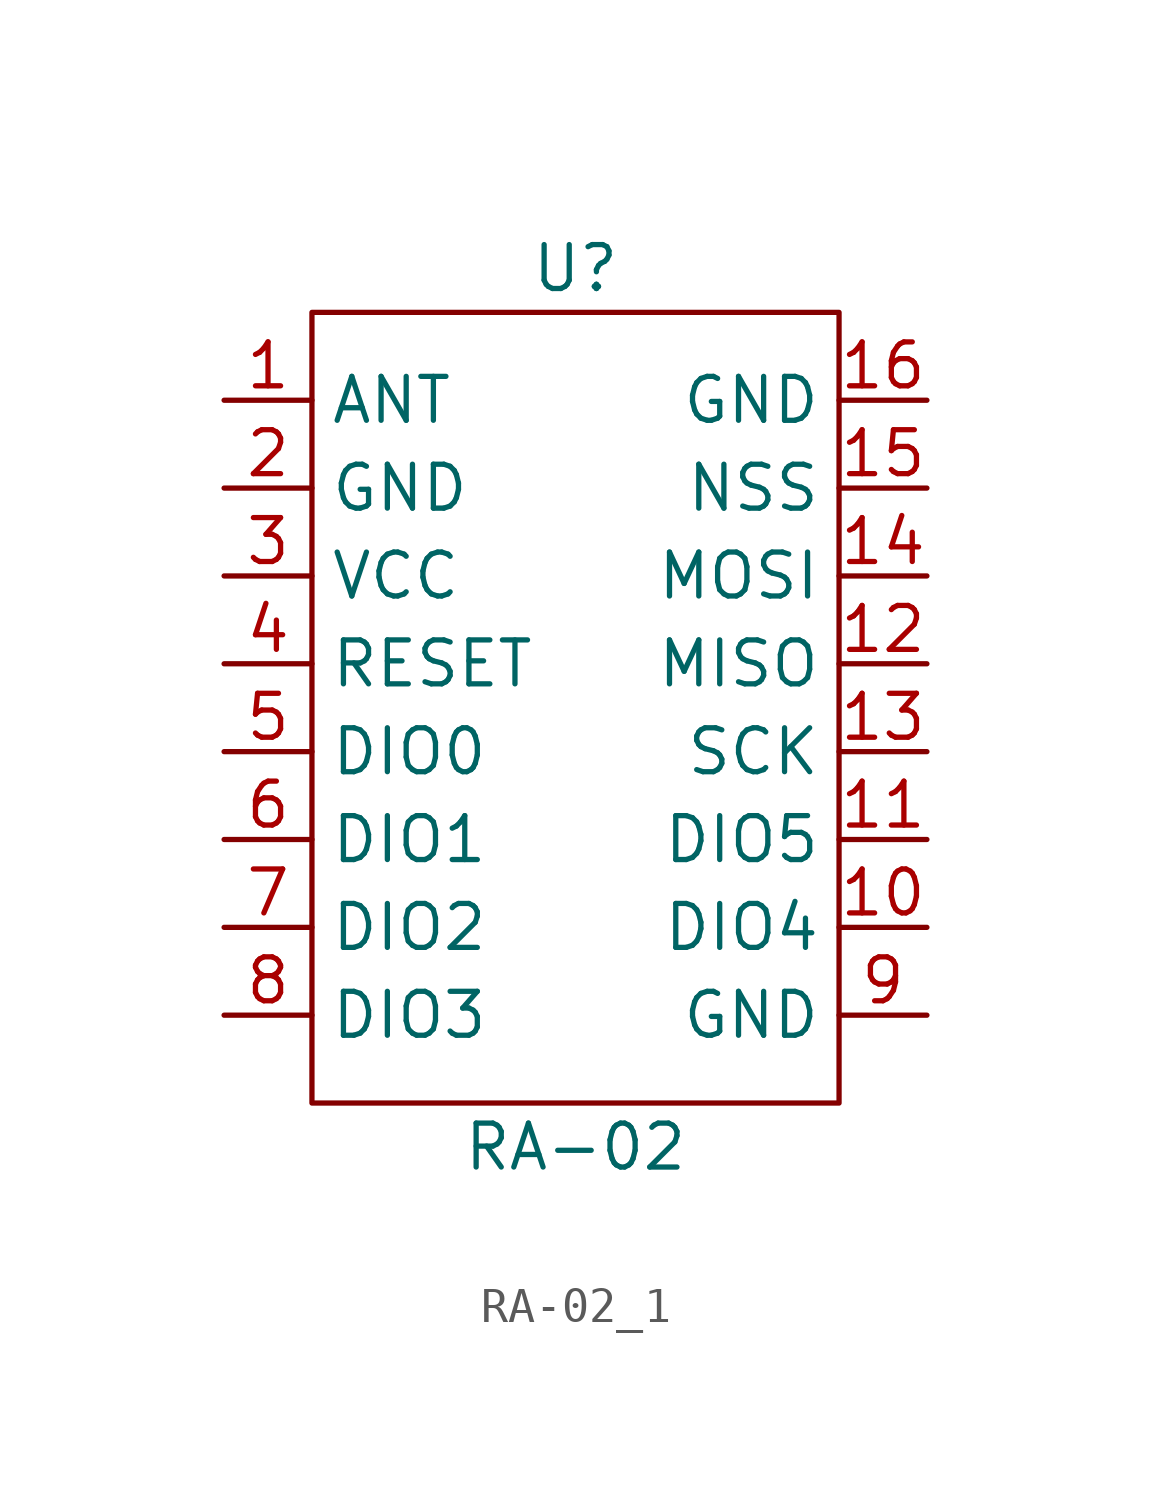
<source format=kicad_sym>
(kicad_symbol_lib
  (version 20231120)
  (generator "kicad_symbol_editor")
  (generator_version "8.0")
  (symbol "RA-02_1"
    (property "Reference" "U"
      (at 0 12.7 0)
      (effects (font (size 1.27 1.27))))
    (property "Value" "RA-02"
      (at 0 -12.7 0)
      (effects (font (size 1.27 1.27))))
    (symbol "RA-02_1_0_1"
      (rectangle (start -7.62 11.43) (end 7.62 -11.43) (stroke (width 0) (type default)) (fill (type none))))
    (symbol "RA-02_1_1_1"
      (pin passive line (at -10.16 8.89 0) (length 2.54) (name "ANT" (effects (font (size 1.27 1.27)))) (number "1" (effects (font (size 1.27 1.27)))))
      (pin bidirectional line (at 10.16 -6.35 180) (length 2.54) (name "DIO4" (effects (font (size 1.27 1.27)))) (number "10" (effects (font (size 1.27 1.27)))))
      (pin bidirectional line (at 10.16 -3.81 180) (length 2.54) (name "DIO5" (effects (font (size 1.27 1.27)))) (number "11" (effects (font (size 1.27 1.27)))))
      (pin bidirectional line (at 10.16 1.27 180) (length 2.54) (name "MISO" (effects (font (size 1.27 1.27)))) (number "12" (effects (font (size 1.27 1.27)))))
      (pin bidirectional line (at 10.16 -1.27 180) (length 2.54) (name "SCK" (effects (font (size 1.27 1.27)))) (number "13" (effects (font (size 1.27 1.27)))))
      (pin bidirectional line (at 10.16 3.81 180) (length 2.54) (name "MOSI" (effects (font (size 1.27 1.27)))) (number "14" (effects (font (size 1.27 1.27)))))
      (pin passive line (at 10.16 6.35 180) (length 2.54) (name "NSS" (effects (font (size 1.27 1.27)))) (number "15" (effects (font (size 1.27 1.27)))))
      (pin passive line (at 10.16 8.89 180) (length 2.54) (name "GND" (effects (font (size 1.27 1.27)))) (number "16" (effects (font (size 1.27 1.27)))))
      (pin passive line (at -10.16 6.35 0) (length 2.54) (name "GND" (effects (font (size 1.27 1.27)))) (number "2" (effects (font (size 1.27 1.27)))))
      (pin power_in line (at -10.16 3.81 0) (length 2.54) (name "VCC" (effects (font (size 1.27 1.27)))) (number "3" (effects (font (size 1.27 1.27)))))
      (pin input line (at -10.16 1.27 0) (length 2.54) (name "RESET" (effects (font (size 1.27 1.27)))) (number "4" (effects (font (size 1.27 1.27)))))
      (pin input line (at -10.16 -1.27 0) (length 2.54) (name "DIO0" (effects (font (size 1.27 1.27)))) (number "5" (effects (font (size 1.27 1.27)))))
      (pin input line (at -10.16 -3.81 0) (length 2.54) (name "DIO1" (effects (font (size 1.27 1.27)))) (number "6" (effects (font (size 1.27 1.27)))))
      (pin input line (at -10.16 -6.35 0) (length 2.54) (name "DIO2" (effects (font (size 1.27 1.27)))) (number "7" (effects (font (size 1.27 1.27)))))
      (pin input line (at -10.16 -8.89 0) (length 2.54) (name "DIO3" (effects (font (size 1.27 1.27)))) (number "8" (effects (font (size 1.27 1.27)))))
      (pin passive line (at 10.16 -8.89 180) (length 2.54) (name "GND" (effects (font (size 1.27 1.27)))) (number "9" (effects (font (size 1.27 1.27))))))))
</source>
